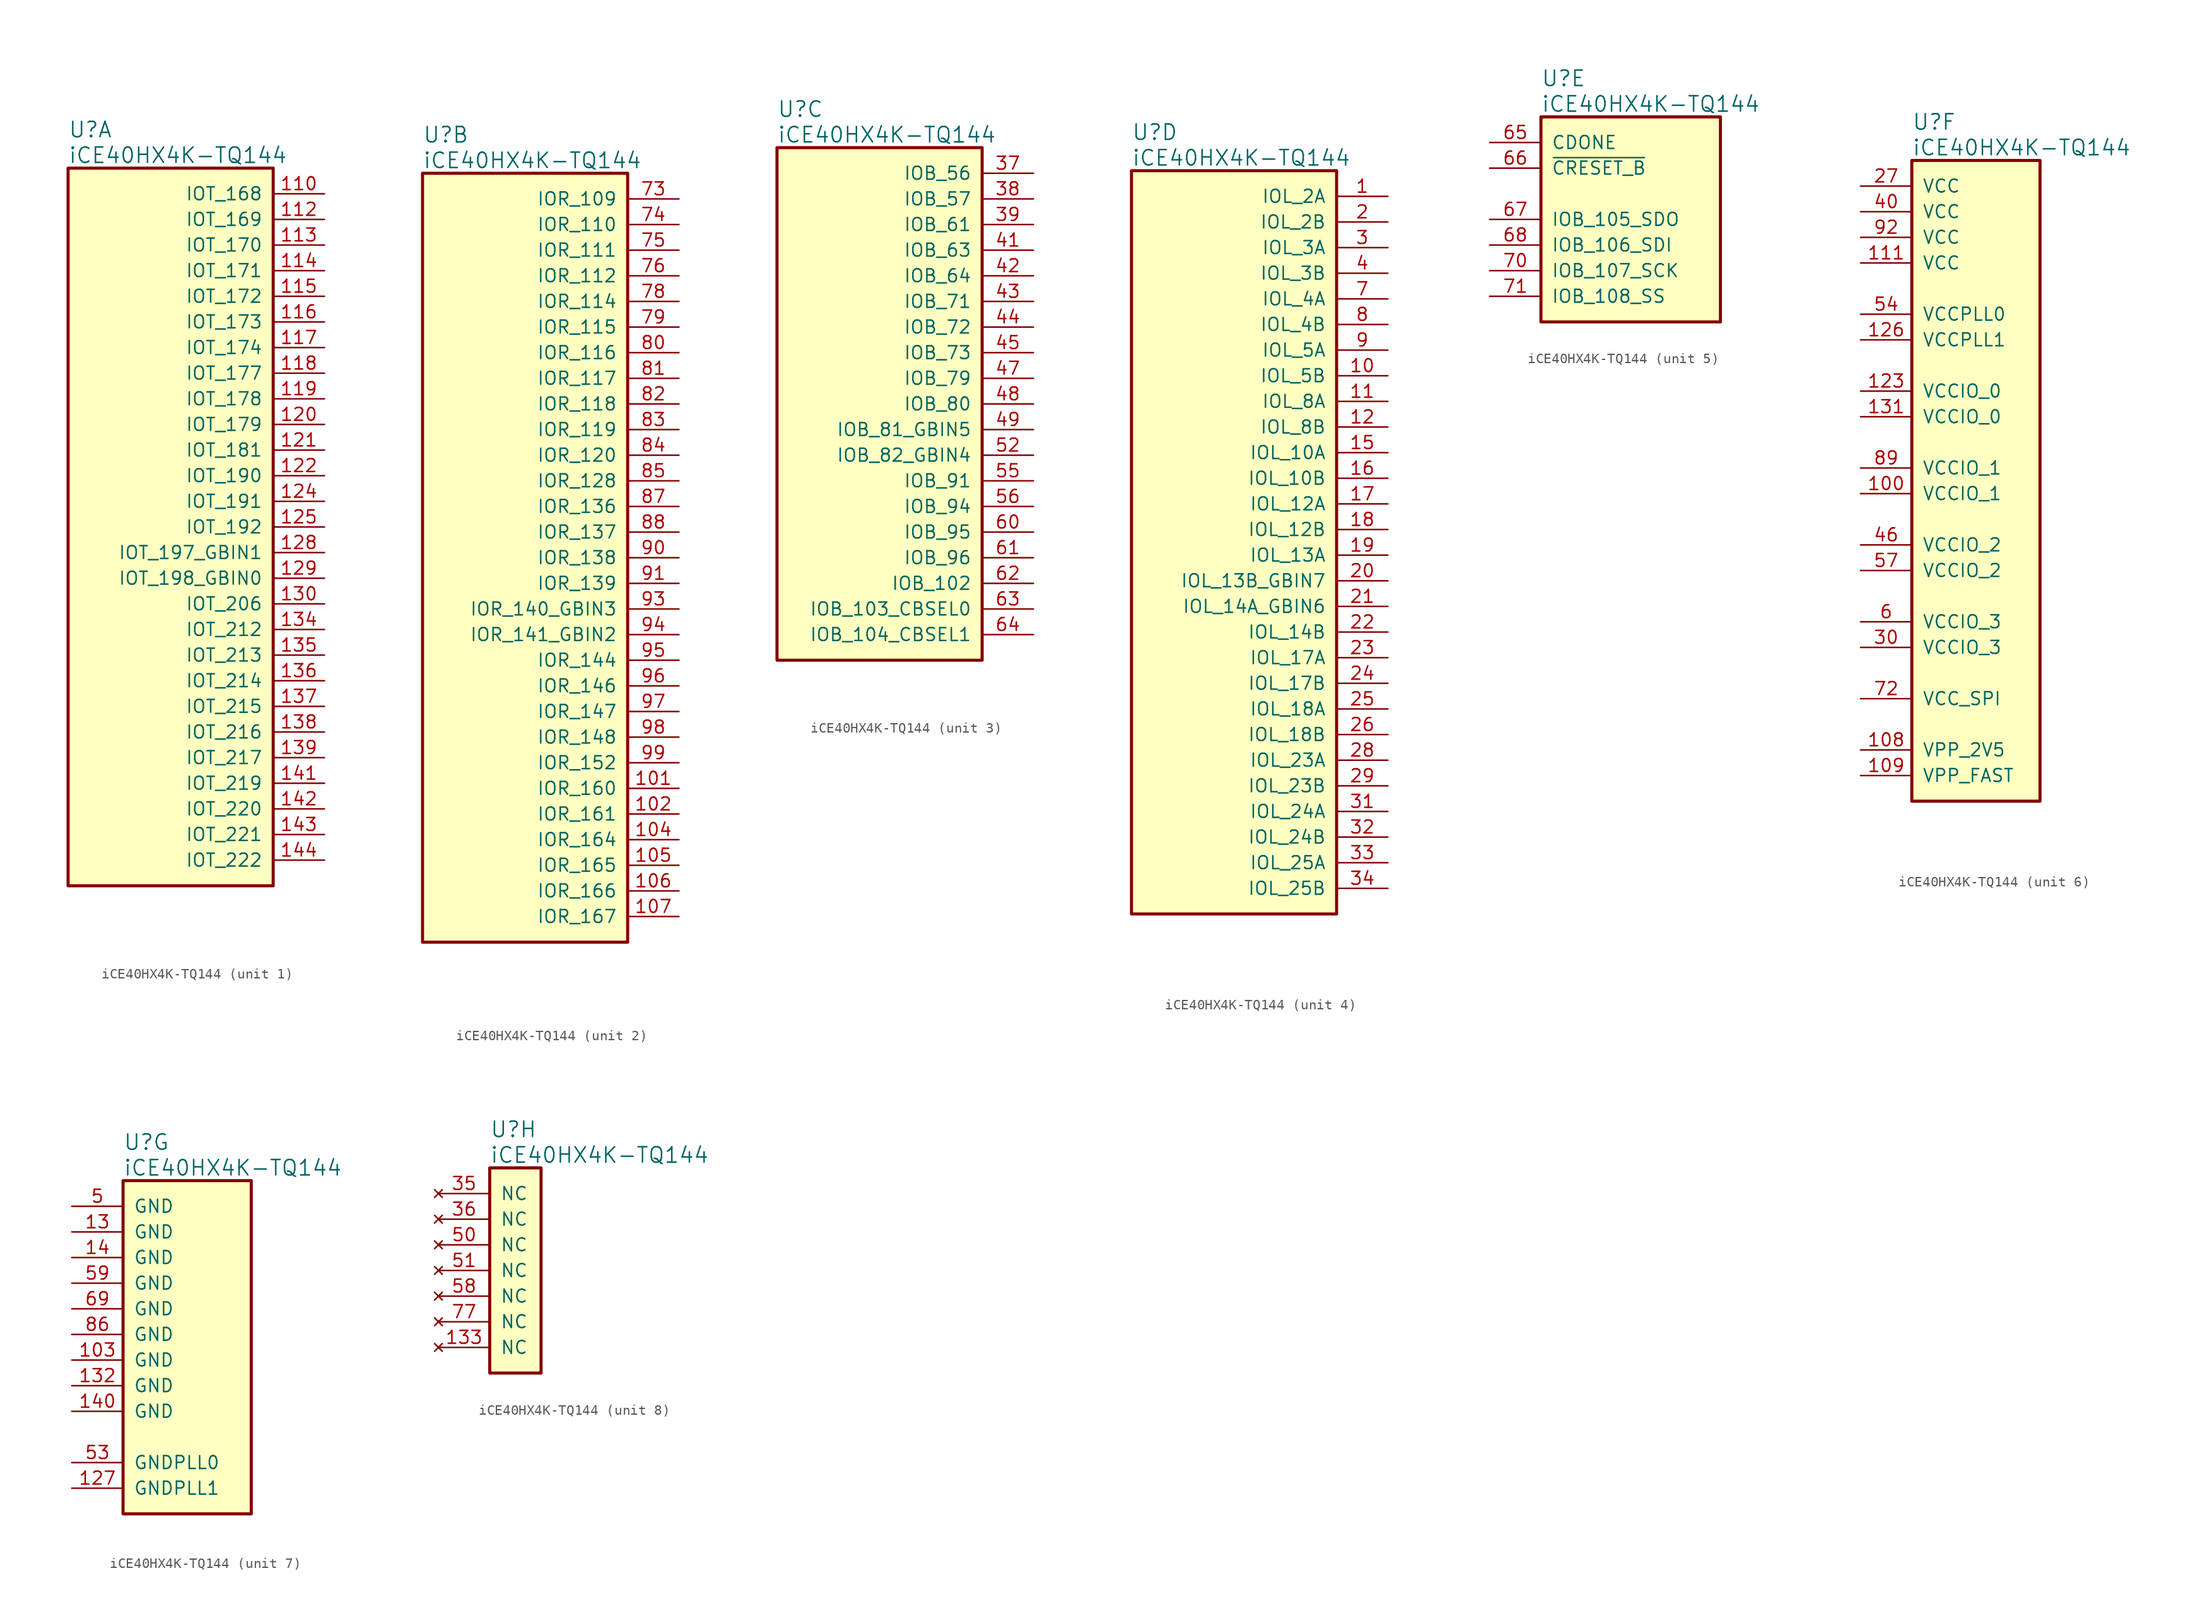
<source format=kicad_sym>
(kicad_symbol_lib
  (version 20231120)
  (generator "kicad_symbol_editor")
  (generator_version "8.0")
  (symbol "iCE40HX4K-TQ144"
    (pin_names
      (offset 1.016))
    (property "Reference" "U"
      (at 5.08 6.35 0)
      (effects (font (size 1.524 1.524)) (justify left)))
    (property "Value" "iCE40HX4K-TQ144"
      (at 5.08 3.81 0)
      (effects (font (size 1.524 1.524)) (justify left)))
    (property "ki_locked" ""
      (at 0 0 0)
      (effects (font (size 1.27 1.27))))
    (symbol "iCE40HX4K-TQ144_1_1"
      (rectangle (start 5.08 2.54) (end 25.4 -68.58) (stroke (width 0.305) (type solid)) (fill (type background)))
      (pin bidirectional line (at 30.48 0 180) (length 5.08) (name "IOT_168" (effects (font (size 1.27 1.27)))) (number "110" (effects (font (size 1.27 1.27)))))
      (pin bidirectional line (at 30.48 -2.54 180) (length 5.08) (name "IOT_169" (effects (font (size 1.27 1.27)))) (number "112" (effects (font (size 1.27 1.27)))))
      (pin bidirectional line (at 30.48 -5.08 180) (length 5.08) (name "IOT_170" (effects (font (size 1.27 1.27)))) (number "113" (effects (font (size 1.27 1.27)))))
      (pin bidirectional line (at 30.48 -7.62 180) (length 5.08) (name "IOT_171" (effects (font (size 1.27 1.27)))) (number "114" (effects (font (size 1.27 1.27)))))
      (pin bidirectional line (at 30.48 -10.16 180) (length 5.08) (name "IOT_172" (effects (font (size 1.27 1.27)))) (number "115" (effects (font (size 1.27 1.27)))))
      (pin bidirectional line (at 30.48 -12.7 180) (length 5.08) (name "IOT_173" (effects (font (size 1.27 1.27)))) (number "116" (effects (font (size 1.27 1.27)))))
      (pin bidirectional line (at 30.48 -15.24 180) (length 5.08) (name "IOT_174" (effects (font (size 1.27 1.27)))) (number "117" (effects (font (size 1.27 1.27)))))
      (pin bidirectional line (at 30.48 -17.78 180) (length 5.08) (name "IOT_177" (effects (font (size 1.27 1.27)))) (number "118" (effects (font (size 1.27 1.27)))))
      (pin bidirectional line (at 30.48 -20.32 180) (length 5.08) (name "IOT_178" (effects (font (size 1.27 1.27)))) (number "119" (effects (font (size 1.27 1.27)))))
      (pin bidirectional line (at 30.48 -22.86 180) (length 5.08) (name "IOT_179" (effects (font (size 1.27 1.27)))) (number "120" (effects (font (size 1.27 1.27)))))
      (pin bidirectional line (at 30.48 -25.4 180) (length 5.08) (name "IOT_181" (effects (font (size 1.27 1.27)))) (number "121" (effects (font (size 1.27 1.27)))))
      (pin bidirectional line (at 30.48 -27.94 180) (length 5.08) (name "IOT_190" (effects (font (size 1.27 1.27)))) (number "122" (effects (font (size 1.27 1.27)))))
      (pin bidirectional line (at 30.48 -30.48 180) (length 5.08) (name "IOT_191" (effects (font (size 1.27 1.27)))) (number "124" (effects (font (size 1.27 1.27)))))
      (pin bidirectional line (at 30.48 -33.02 180) (length 5.08) (name "IOT_192" (effects (font (size 1.27 1.27)))) (number "125" (effects (font (size 1.27 1.27)))))
      (pin bidirectional line (at 30.48 -35.56 180) (length 5.08) (name "IOT_197_GBIN1" (effects (font (size 1.27 1.27)))) (number "128" (effects (font (size 1.27 1.27)))))
      (pin bidirectional line (at 30.48 -38.1 180) (length 5.08) (name "IOT_198_GBIN0" (effects (font (size 1.27 1.27)))) (number "129" (effects (font (size 1.27 1.27)))))
      (pin bidirectional line (at 30.48 -40.64 180) (length 5.08) (name "IOT_206" (effects (font (size 1.27 1.27)))) (number "130" (effects (font (size 1.27 1.27)))))
      (pin bidirectional line (at 30.48 -43.18 180) (length 5.08) (name "IOT_212" (effects (font (size 1.27 1.27)))) (number "134" (effects (font (size 1.27 1.27)))))
      (pin bidirectional line (at 30.48 -45.72 180) (length 5.08) (name "IOT_213" (effects (font (size 1.27 1.27)))) (number "135" (effects (font (size 1.27 1.27)))))
      (pin bidirectional line (at 30.48 -48.26 180) (length 5.08) (name "IOT_214" (effects (font (size 1.27 1.27)))) (number "136" (effects (font (size 1.27 1.27)))))
      (pin bidirectional line (at 30.48 -50.8 180) (length 5.08) (name "IOT_215" (effects (font (size 1.27 1.27)))) (number "137" (effects (font (size 1.27 1.27)))))
      (pin bidirectional line (at 30.48 -53.34 180) (length 5.08) (name "IOT_216" (effects (font (size 1.27 1.27)))) (number "138" (effects (font (size 1.27 1.27)))))
      (pin bidirectional line (at 30.48 -55.88 180) (length 5.08) (name "IOT_217" (effects (font (size 1.27 1.27)))) (number "139" (effects (font (size 1.27 1.27)))))
      (pin bidirectional line (at 30.48 -58.42 180) (length 5.08) (name "IOT_219" (effects (font (size 1.27 1.27)))) (number "141" (effects (font (size 1.27 1.27)))))
      (pin bidirectional line (at 30.48 -60.96 180) (length 5.08) (name "IOT_220" (effects (font (size 1.27 1.27)))) (number "142" (effects (font (size 1.27 1.27)))))
      (pin bidirectional line (at 30.48 -63.5 180) (length 5.08) (name "IOT_221" (effects (font (size 1.27 1.27)))) (number "143" (effects (font (size 1.27 1.27)))))
      (pin bidirectional line (at 30.48 -66.04 180) (length 5.08) (name "IOT_222" (effects (font (size 1.27 1.27)))) (number "144" (effects (font (size 1.27 1.27))))))
    (symbol "iCE40HX4K-TQ144_2_1"
      (rectangle (start 5.08 2.54) (end 25.4 -73.66) (stroke (width 0.305) (type solid)) (fill (type background)))
      (pin bidirectional line (at 30.48 -58.42 180) (length 5.08) (name "IOR_160" (effects (font (size 1.27 1.27)))) (number "101" (effects (font (size 1.27 1.27)))))
      (pin bidirectional line (at 30.48 -60.96 180) (length 5.08) (name "IOR_161" (effects (font (size 1.27 1.27)))) (number "102" (effects (font (size 1.27 1.27)))))
      (pin bidirectional line (at 30.48 -63.5 180) (length 5.08) (name "IOR_164" (effects (font (size 1.27 1.27)))) (number "104" (effects (font (size 1.27 1.27)))))
      (pin bidirectional line (at 30.48 -66.04 180) (length 5.08) (name "IOR_165" (effects (font (size 1.27 1.27)))) (number "105" (effects (font (size 1.27 1.27)))))
      (pin bidirectional line (at 30.48 -68.58 180) (length 5.08) (name "IOR_166" (effects (font (size 1.27 1.27)))) (number "106" (effects (font (size 1.27 1.27)))))
      (pin bidirectional line (at 30.48 -71.12 180) (length 5.08) (name "IOR_167" (effects (font (size 1.27 1.27)))) (number "107" (effects (font (size 1.27 1.27)))))
      (pin bidirectional line (at 30.48 0 180) (length 5.08) (name "IOR_109" (effects (font (size 1.27 1.27)))) (number "73" (effects (font (size 1.27 1.27)))))
      (pin bidirectional line (at 30.48 -2.54 180) (length 5.08) (name "IOR_110" (effects (font (size 1.27 1.27)))) (number "74" (effects (font (size 1.27 1.27)))))
      (pin bidirectional line (at 30.48 -5.08 180) (length 5.08) (name "IOR_111" (effects (font (size 1.27 1.27)))) (number "75" (effects (font (size 1.27 1.27)))))
      (pin bidirectional line (at 30.48 -7.62 180) (length 5.08) (name "IOR_112" (effects (font (size 1.27 1.27)))) (number "76" (effects (font (size 1.27 1.27)))))
      (pin bidirectional line (at 30.48 -10.16 180) (length 5.08) (name "IOR_114" (effects (font (size 1.27 1.27)))) (number "78" (effects (font (size 1.27 1.27)))))
      (pin bidirectional line (at 30.48 -12.7 180) (length 5.08) (name "IOR_115" (effects (font (size 1.27 1.27)))) (number "79" (effects (font (size 1.27 1.27)))))
      (pin bidirectional line (at 30.48 -15.24 180) (length 5.08) (name "IOR_116" (effects (font (size 1.27 1.27)))) (number "80" (effects (font (size 1.27 1.27)))))
      (pin bidirectional line (at 30.48 -17.78 180) (length 5.08) (name "IOR_117" (effects (font (size 1.27 1.27)))) (number "81" (effects (font (size 1.27 1.27)))))
      (pin bidirectional line (at 30.48 -20.32 180) (length 5.08) (name "IOR_118" (effects (font (size 1.27 1.27)))) (number "82" (effects (font (size 1.27 1.27)))))
      (pin bidirectional line (at 30.48 -22.86 180) (length 5.08) (name "IOR_119" (effects (font (size 1.27 1.27)))) (number "83" (effects (font (size 1.27 1.27)))))
      (pin bidirectional line (at 30.48 -25.4 180) (length 5.08) (name "IOR_120" (effects (font (size 1.27 1.27)))) (number "84" (effects (font (size 1.27 1.27)))))
      (pin bidirectional line (at 30.48 -27.94 180) (length 5.08) (name "IOR_128" (effects (font (size 1.27 1.27)))) (number "85" (effects (font (size 1.27 1.27)))))
      (pin bidirectional line (at 30.48 -30.48 180) (length 5.08) (name "IOR_136" (effects (font (size 1.27 1.27)))) (number "87" (effects (font (size 1.27 1.27)))))
      (pin bidirectional line (at 30.48 -33.02 180) (length 5.08) (name "IOR_137" (effects (font (size 1.27 1.27)))) (number "88" (effects (font (size 1.27 1.27)))))
      (pin bidirectional line (at 30.48 -35.56 180) (length 5.08) (name "IOR_138" (effects (font (size 1.27 1.27)))) (number "90" (effects (font (size 1.27 1.27)))))
      (pin bidirectional line (at 30.48 -38.1 180) (length 5.08) (name "IOR_139" (effects (font (size 1.27 1.27)))) (number "91" (effects (font (size 1.27 1.27)))))
      (pin bidirectional line (at 30.48 -40.64 180) (length 5.08) (name "IOR_140_GBIN3" (effects (font (size 1.27 1.27)))) (number "93" (effects (font (size 1.27 1.27)))))
      (pin bidirectional line (at 30.48 -43.18 180) (length 5.08) (name "IOR_141_GBIN2" (effects (font (size 1.27 1.27)))) (number "94" (effects (font (size 1.27 1.27)))))
      (pin bidirectional line (at 30.48 -45.72 180) (length 5.08) (name "IOR_144" (effects (font (size 1.27 1.27)))) (number "95" (effects (font (size 1.27 1.27)))))
      (pin bidirectional line (at 30.48 -48.26 180) (length 5.08) (name "IOR_146" (effects (font (size 1.27 1.27)))) (number "96" (effects (font (size 1.27 1.27)))))
      (pin bidirectional line (at 30.48 -50.8 180) (length 5.08) (name "IOR_147" (effects (font (size 1.27 1.27)))) (number "97" (effects (font (size 1.27 1.27)))))
      (pin bidirectional line (at 30.48 -53.34 180) (length 5.08) (name "IOR_148" (effects (font (size 1.27 1.27)))) (number "98" (effects (font (size 1.27 1.27)))))
      (pin bidirectional line (at 30.48 -55.88 180) (length 5.08) (name "IOR_152" (effects (font (size 1.27 1.27)))) (number "99" (effects (font (size 1.27 1.27))))))
    (symbol "iCE40HX4K-TQ144_3_1"
      (rectangle (start 5.08 2.54) (end 25.4 -48.26) (stroke (width 0.305) (type solid)) (fill (type background)))
      (pin bidirectional line (at 30.48 0 180) (length 5.08) (name "IOB_56" (effects (font (size 1.27 1.27)))) (number "37" (effects (font (size 1.27 1.27)))))
      (pin bidirectional line (at 30.48 -2.54 180) (length 5.08) (name "IOB_57" (effects (font (size 1.27 1.27)))) (number "38" (effects (font (size 1.27 1.27)))))
      (pin bidirectional line (at 30.48 -5.08 180) (length 5.08) (name "IOB_61" (effects (font (size 1.27 1.27)))) (number "39" (effects (font (size 1.27 1.27)))))
      (pin bidirectional line (at 30.48 -7.62 180) (length 5.08) (name "IOB_63" (effects (font (size 1.27 1.27)))) (number "41" (effects (font (size 1.27 1.27)))))
      (pin bidirectional line (at 30.48 -10.16 180) (length 5.08) (name "IOB_64" (effects (font (size 1.27 1.27)))) (number "42" (effects (font (size 1.27 1.27)))))
      (pin bidirectional line (at 30.48 -12.7 180) (length 5.08) (name "IOB_71" (effects (font (size 1.27 1.27)))) (number "43" (effects (font (size 1.27 1.27)))))
      (pin bidirectional line (at 30.48 -15.24 180) (length 5.08) (name "IOB_72" (effects (font (size 1.27 1.27)))) (number "44" (effects (font (size 1.27 1.27)))))
      (pin bidirectional line (at 30.48 -17.78 180) (length 5.08) (name "IOB_73" (effects (font (size 1.27 1.27)))) (number "45" (effects (font (size 1.27 1.27)))))
      (pin bidirectional line (at 30.48 -20.32 180) (length 5.08) (name "IOB_79" (effects (font (size 1.27 1.27)))) (number "47" (effects (font (size 1.27 1.27)))))
      (pin bidirectional line (at 30.48 -22.86 180) (length 5.08) (name "IOB_80" (effects (font (size 1.27 1.27)))) (number "48" (effects (font (size 1.27 1.27)))))
      (pin bidirectional line (at 30.48 -25.4 180) (length 5.08) (name "IOB_81_GBIN5" (effects (font (size 1.27 1.27)))) (number "49" (effects (font (size 1.27 1.27)))))
      (pin bidirectional line (at 30.48 -27.94 180) (length 5.08) (name "IOB_82_GBIN4" (effects (font (size 1.27 1.27)))) (number "52" (effects (font (size 1.27 1.27)))))
      (pin bidirectional line (at 30.48 -30.48 180) (length 5.08) (name "IOB_91" (effects (font (size 1.27 1.27)))) (number "55" (effects (font (size 1.27 1.27)))))
      (pin bidirectional line (at 30.48 -33.02 180) (length 5.08) (name "IOB_94" (effects (font (size 1.27 1.27)))) (number "56" (effects (font (size 1.27 1.27)))))
      (pin bidirectional line (at 30.48 -35.56 180) (length 5.08) (name "IOB_95" (effects (font (size 1.27 1.27)))) (number "60" (effects (font (size 1.27 1.27)))))
      (pin bidirectional line (at 30.48 -38.1 180) (length 5.08) (name "IOB_96" (effects (font (size 1.27 1.27)))) (number "61" (effects (font (size 1.27 1.27)))))
      (pin bidirectional line (at 30.48 -40.64 180) (length 5.08) (name "IOB_102" (effects (font (size 1.27 1.27)))) (number "62" (effects (font (size 1.27 1.27)))))
      (pin bidirectional line (at 30.48 -43.18 180) (length 5.08) (name "IOB_103_CBSEL0" (effects (font (size 1.27 1.27)))) (number "63" (effects (font (size 1.27 1.27)))))
      (pin bidirectional line (at 30.48 -45.72 180) (length 5.08) (name "IOB_104_CBSEL1" (effects (font (size 1.27 1.27)))) (number "64" (effects (font (size 1.27 1.27))))))
    (symbol "iCE40HX4K-TQ144_4_1"
      (rectangle (start 5.08 2.54) (end 25.4 -71.12) (stroke (width 0.305) (type solid)) (fill (type background)))
      (pin bidirectional line (at 30.48 0 180) (length 5.08) (name "IOL_2A" (effects (font (size 1.27 1.27)))) (number "1" (effects (font (size 1.27 1.27)))))
      (pin bidirectional line (at 30.48 -17.78 180) (length 5.08) (name "IOL_5B" (effects (font (size 1.27 1.27)))) (number "10" (effects (font (size 1.27 1.27)))))
      (pin bidirectional line (at 30.48 -20.32 180) (length 5.08) (name "IOL_8A" (effects (font (size 1.27 1.27)))) (number "11" (effects (font (size 1.27 1.27)))))
      (pin bidirectional line (at 30.48 -22.86 180) (length 5.08) (name "IOL_8B" (effects (font (size 1.27 1.27)))) (number "12" (effects (font (size 1.27 1.27)))))
      (pin bidirectional line (at 30.48 -25.4 180) (length 5.08) (name "IOL_10A" (effects (font (size 1.27 1.27)))) (number "15" (effects (font (size 1.27 1.27)))))
      (pin bidirectional line (at 30.48 -27.94 180) (length 5.08) (name "IOL_10B" (effects (font (size 1.27 1.27)))) (number "16" (effects (font (size 1.27 1.27)))))
      (pin bidirectional line (at 30.48 -30.48 180) (length 5.08) (name "IOL_12A" (effects (font (size 1.27 1.27)))) (number "17" (effects (font (size 1.27 1.27)))))
      (pin bidirectional line (at 30.48 -33.02 180) (length 5.08) (name "IOL_12B" (effects (font (size 1.27 1.27)))) (number "18" (effects (font (size 1.27 1.27)))))
      (pin bidirectional line (at 30.48 -35.56 180) (length 5.08) (name "IOL_13A" (effects (font (size 1.27 1.27)))) (number "19" (effects (font (size 1.27 1.27)))))
      (pin bidirectional line (at 30.48 -2.54 180) (length 5.08) (name "IOL_2B" (effects (font (size 1.27 1.27)))) (number "2" (effects (font (size 1.27 1.27)))))
      (pin bidirectional line (at 30.48 -38.1 180) (length 5.08) (name "IOL_13B_GBIN7" (effects (font (size 1.27 1.27)))) (number "20" (effects (font (size 1.27 1.27)))))
      (pin bidirectional line (at 30.48 -40.64 180) (length 5.08) (name "IOL_14A_GBIN6" (effects (font (size 1.27 1.27)))) (number "21" (effects (font (size 1.27 1.27)))))
      (pin bidirectional line (at 30.48 -43.18 180) (length 5.08) (name "IOL_14B" (effects (font (size 1.27 1.27)))) (number "22" (effects (font (size 1.27 1.27)))))
      (pin bidirectional line (at 30.48 -45.72 180) (length 5.08) (name "IOL_17A" (effects (font (size 1.27 1.27)))) (number "23" (effects (font (size 1.27 1.27)))))
      (pin bidirectional line (at 30.48 -48.26 180) (length 5.08) (name "IOL_17B" (effects (font (size 1.27 1.27)))) (number "24" (effects (font (size 1.27 1.27)))))
      (pin bidirectional line (at 30.48 -50.8 180) (length 5.08) (name "IOL_18A" (effects (font (size 1.27 1.27)))) (number "25" (effects (font (size 1.27 1.27)))))
      (pin bidirectional line (at 30.48 -53.34 180) (length 5.08) (name "IOL_18B" (effects (font (size 1.27 1.27)))) (number "26" (effects (font (size 1.27 1.27)))))
      (pin bidirectional line (at 30.48 -55.88 180) (length 5.08) (name "IOL_23A" (effects (font (size 1.27 1.27)))) (number "28" (effects (font (size 1.27 1.27)))))
      (pin bidirectional line (at 30.48 -58.42 180) (length 5.08) (name "IOL_23B" (effects (font (size 1.27 1.27)))) (number "29" (effects (font (size 1.27 1.27)))))
      (pin bidirectional line (at 30.48 -5.08 180) (length 5.08) (name "IOL_3A" (effects (font (size 1.27 1.27)))) (number "3" (effects (font (size 1.27 1.27)))))
      (pin bidirectional line (at 30.48 -60.96 180) (length 5.08) (name "IOL_24A" (effects (font (size 1.27 1.27)))) (number "31" (effects (font (size 1.27 1.27)))))
      (pin bidirectional line (at 30.48 -63.5 180) (length 5.08) (name "IOL_24B" (effects (font (size 1.27 1.27)))) (number "32" (effects (font (size 1.27 1.27)))))
      (pin bidirectional line (at 30.48 -66.04 180) (length 5.08) (name "IOL_25A" (effects (font (size 1.27 1.27)))) (number "33" (effects (font (size 1.27 1.27)))))
      (pin bidirectional line (at 30.48 -68.58 180) (length 5.08) (name "IOL_25B" (effects (font (size 1.27 1.27)))) (number "34" (effects (font (size 1.27 1.27)))))
      (pin bidirectional line (at 30.48 -7.62 180) (length 5.08) (name "IOL_3B" (effects (font (size 1.27 1.27)))) (number "4" (effects (font (size 1.27 1.27)))))
      (pin bidirectional line (at 30.48 -10.16 180) (length 5.08) (name "IOL_4A" (effects (font (size 1.27 1.27)))) (number "7" (effects (font (size 1.27 1.27)))))
      (pin bidirectional line (at 30.48 -12.7 180) (length 5.08) (name "IOL_4B" (effects (font (size 1.27 1.27)))) (number "8" (effects (font (size 1.27 1.27)))))
      (pin bidirectional line (at 30.48 -15.24 180) (length 5.08) (name "IOL_5A" (effects (font (size 1.27 1.27)))) (number "9" (effects (font (size 1.27 1.27))))))
    (symbol "iCE40HX4K-TQ144_5_1"
      (rectangle (start 5.08 2.54) (end 22.86 -17.78) (stroke (width 0.305) (type solid)) (fill (type background)))
      (pin output line (at 0 0 0) (length 5.08) (name "CDONE" (effects (font (size 1.27 1.27)))) (number "65" (effects (font (size 1.27 1.27)))))
      (pin input line (at 0 -2.54 0) (length 5.08) (name "~{CRESET_B}" (effects (font (size 1.27 1.27)))) (number "66" (effects (font (size 1.27 1.27)))))
      (pin bidirectional line (at 0 -7.62 0) (length 5.08) (name "IOB_105_SDO" (effects (font (size 1.27 1.27)))) (number "67" (effects (font (size 1.27 1.27)))))
      (pin bidirectional line (at 0 -10.16 0) (length 5.08) (name "IOB_106_SDI" (effects (font (size 1.27 1.27)))) (number "68" (effects (font (size 1.27 1.27)))))
      (pin bidirectional line (at 0 -12.7 0) (length 5.08) (name "IOB_107_SCK" (effects (font (size 1.27 1.27)))) (number "70" (effects (font (size 1.27 1.27)))))
      (pin bidirectional line (at 0 -15.24 0) (length 5.08) (name "IOB_108_SS" (effects (font (size 1.27 1.27)))) (number "71" (effects (font (size 1.27 1.27))))))
    (symbol "iCE40HX4K-TQ144_6_1"
      (rectangle (start 5.08 2.54) (end 17.78 -60.96) (stroke (width 0.305) (type solid)) (fill (type background)))
      (pin power_in line (at 0 -30.48 0) (length 5.08) (name "VCCIO_1" (effects (font (size 1.27 1.27)))) (number "100" (effects (font (size 1.27 1.27)))))
      (pin power_in line (at 0 -55.88 0) (length 5.08) (name "VPP_2V5" (effects (font (size 1.27 1.27)))) (number "108" (effects (font (size 1.27 1.27)))))
      (pin power_in line (at 0 -58.42 0) (length 5.08) (name "VPP_FAST" (effects (font (size 1.27 1.27)))) (number "109" (effects (font (size 1.27 1.27)))))
      (pin power_in line (at 0 -7.62 0) (length 5.08) (name "VCC" (effects (font (size 1.27 1.27)))) (number "111" (effects (font (size 1.27 1.27)))))
      (pin power_in line (at 0 -20.32 0) (length 5.08) (name "VCCIO_0" (effects (font (size 1.27 1.27)))) (number "123" (effects (font (size 1.27 1.27)))))
      (pin power_in line (at 0 -15.24 0) (length 5.08) (name "VCCPLL1" (effects (font (size 1.27 1.27)))) (number "126" (effects (font (size 1.27 1.27)))))
      (pin power_in line (at 0 -22.86 0) (length 5.08) (name "VCCIO_0" (effects (font (size 1.27 1.27)))) (number "131" (effects (font (size 1.27 1.27)))))
      (pin power_in line (at 0 0 0) (length 5.08) (name "VCC" (effects (font (size 1.27 1.27)))) (number "27" (effects (font (size 1.27 1.27)))))
      (pin power_in line (at 0 -45.72 0) (length 5.08) (name "VCCIO_3" (effects (font (size 1.27 1.27)))) (number "30" (effects (font (size 1.27 1.27)))))
      (pin power_in line (at 0 -2.54 0) (length 5.08) (name "VCC" (effects (font (size 1.27 1.27)))) (number "40" (effects (font (size 1.27 1.27)))))
      (pin power_in line (at 0 -35.56 0) (length 5.08) (name "VCCIO_2" (effects (font (size 1.27 1.27)))) (number "46" (effects (font (size 1.27 1.27)))))
      (pin power_in line (at 0 -12.7 0) (length 5.08) (name "VCCPLL0" (effects (font (size 1.27 1.27)))) (number "54" (effects (font (size 1.27 1.27)))))
      (pin power_in line (at 0 -38.1 0) (length 5.08) (name "VCCIO_2" (effects (font (size 1.27 1.27)))) (number "57" (effects (font (size 1.27 1.27)))))
      (pin power_in line (at 0 -43.18 0) (length 5.08) (name "VCCIO_3" (effects (font (size 1.27 1.27)))) (number "6" (effects (font (size 1.27 1.27)))))
      (pin power_in line (at 0 -50.8 0) (length 5.08) (name "VCC_SPI" (effects (font (size 1.27 1.27)))) (number "72" (effects (font (size 1.27 1.27)))))
      (pin power_in line (at 0 -27.94 0) (length 5.08) (name "VCCIO_1" (effects (font (size 1.27 1.27)))) (number "89" (effects (font (size 1.27 1.27)))))
      (pin power_in line (at 0 -5.08 0) (length 5.08) (name "VCC" (effects (font (size 1.27 1.27)))) (number "92" (effects (font (size 1.27 1.27))))))
    (symbol "iCE40HX4K-TQ144_7_1"
      (rectangle (start 5.08 2.54) (end 17.78 -30.48) (stroke (width 0.305) (type solid)) (fill (type background)))
      (pin power_in line (at 0 -15.24 0) (length 5.08) (name "GND" (effects (font (size 1.27 1.27)))) (number "103" (effects (font (size 1.27 1.27)))))
      (pin power_in line (at 0 -27.94 0) (length 5.08) (name "GNDPLL1" (effects (font (size 1.27 1.27)))) (number "127" (effects (font (size 1.27 1.27)))))
      (pin power_in line (at 0 -2.54 0) (length 5.08) (name "GND" (effects (font (size 1.27 1.27)))) (number "13" (effects (font (size 1.27 1.27)))))
      (pin power_in line (at 0 -17.78 0) (length 5.08) (name "GND" (effects (font (size 1.27 1.27)))) (number "132" (effects (font (size 1.27 1.27)))))
      (pin power_in line (at 0 -5.08 0) (length 5.08) (name "GND" (effects (font (size 1.27 1.27)))) (number "14" (effects (font (size 1.27 1.27)))))
      (pin power_in line (at 0 -20.32 0) (length 5.08) (name "GND" (effects (font (size 1.27 1.27)))) (number "140" (effects (font (size 1.27 1.27)))))
      (pin power_in line (at 0 0 0) (length 5.08) (name "GND" (effects (font (size 1.27 1.27)))) (number "5" (effects (font (size 1.27 1.27)))))
      (pin power_in line (at 0 -25.4 0) (length 5.08) (name "GNDPLL0" (effects (font (size 1.27 1.27)))) (number "53" (effects (font (size 1.27 1.27)))))
      (pin power_in line (at 0 -7.62 0) (length 5.08) (name "GND" (effects (font (size 1.27 1.27)))) (number "59" (effects (font (size 1.27 1.27)))))
      (pin power_in line (at 0 -10.16 0) (length 5.08) (name "GND" (effects (font (size 1.27 1.27)))) (number "69" (effects (font (size 1.27 1.27)))))
      (pin power_in line (at 0 -12.7 0) (length 5.08) (name "GND" (effects (font (size 1.27 1.27)))) (number "86" (effects (font (size 1.27 1.27))))))
    (symbol "iCE40HX4K-TQ144_8_1"
      (rectangle (start 5.08 2.54) (end 10.16 -17.78) (stroke (width 0.305) (type solid)) (fill (type background)))
      (pin no_connect line (at 0 -15.24 0) (length 5.08) (name "NC" (effects (font (size 1.27 1.27)))) (number "133" (effects (font (size 1.27 1.27)))))
      (pin no_connect line (at 0 0 0) (length 5.08) (name "NC" (effects (font (size 1.27 1.27)))) (number "35" (effects (font (size 1.27 1.27)))))
      (pin no_connect line (at 0 -2.54 0) (length 5.08) (name "NC" (effects (font (size 1.27 1.27)))) (number "36" (effects (font (size 1.27 1.27)))))
      (pin no_connect line (at 0 -5.08 0) (length 5.08) (name "NC" (effects (font (size 1.27 1.27)))) (number "50" (effects (font (size 1.27 1.27)))))
      (pin no_connect line (at 0 -7.62 0) (length 5.08) (name "NC" (effects (font (size 1.27 1.27)))) (number "51" (effects (font (size 1.27 1.27)))))
      (pin no_connect line (at 0 -10.16 0) (length 5.08) (name "NC" (effects (font (size 1.27 1.27)))) (number "58" (effects (font (size 1.27 1.27)))))
      (pin no_connect line (at 0 -12.7 0) (length 5.08) (name "NC" (effects (font (size 1.27 1.27)))) (number "77" (effects (font (size 1.27 1.27))))))))
</source>
